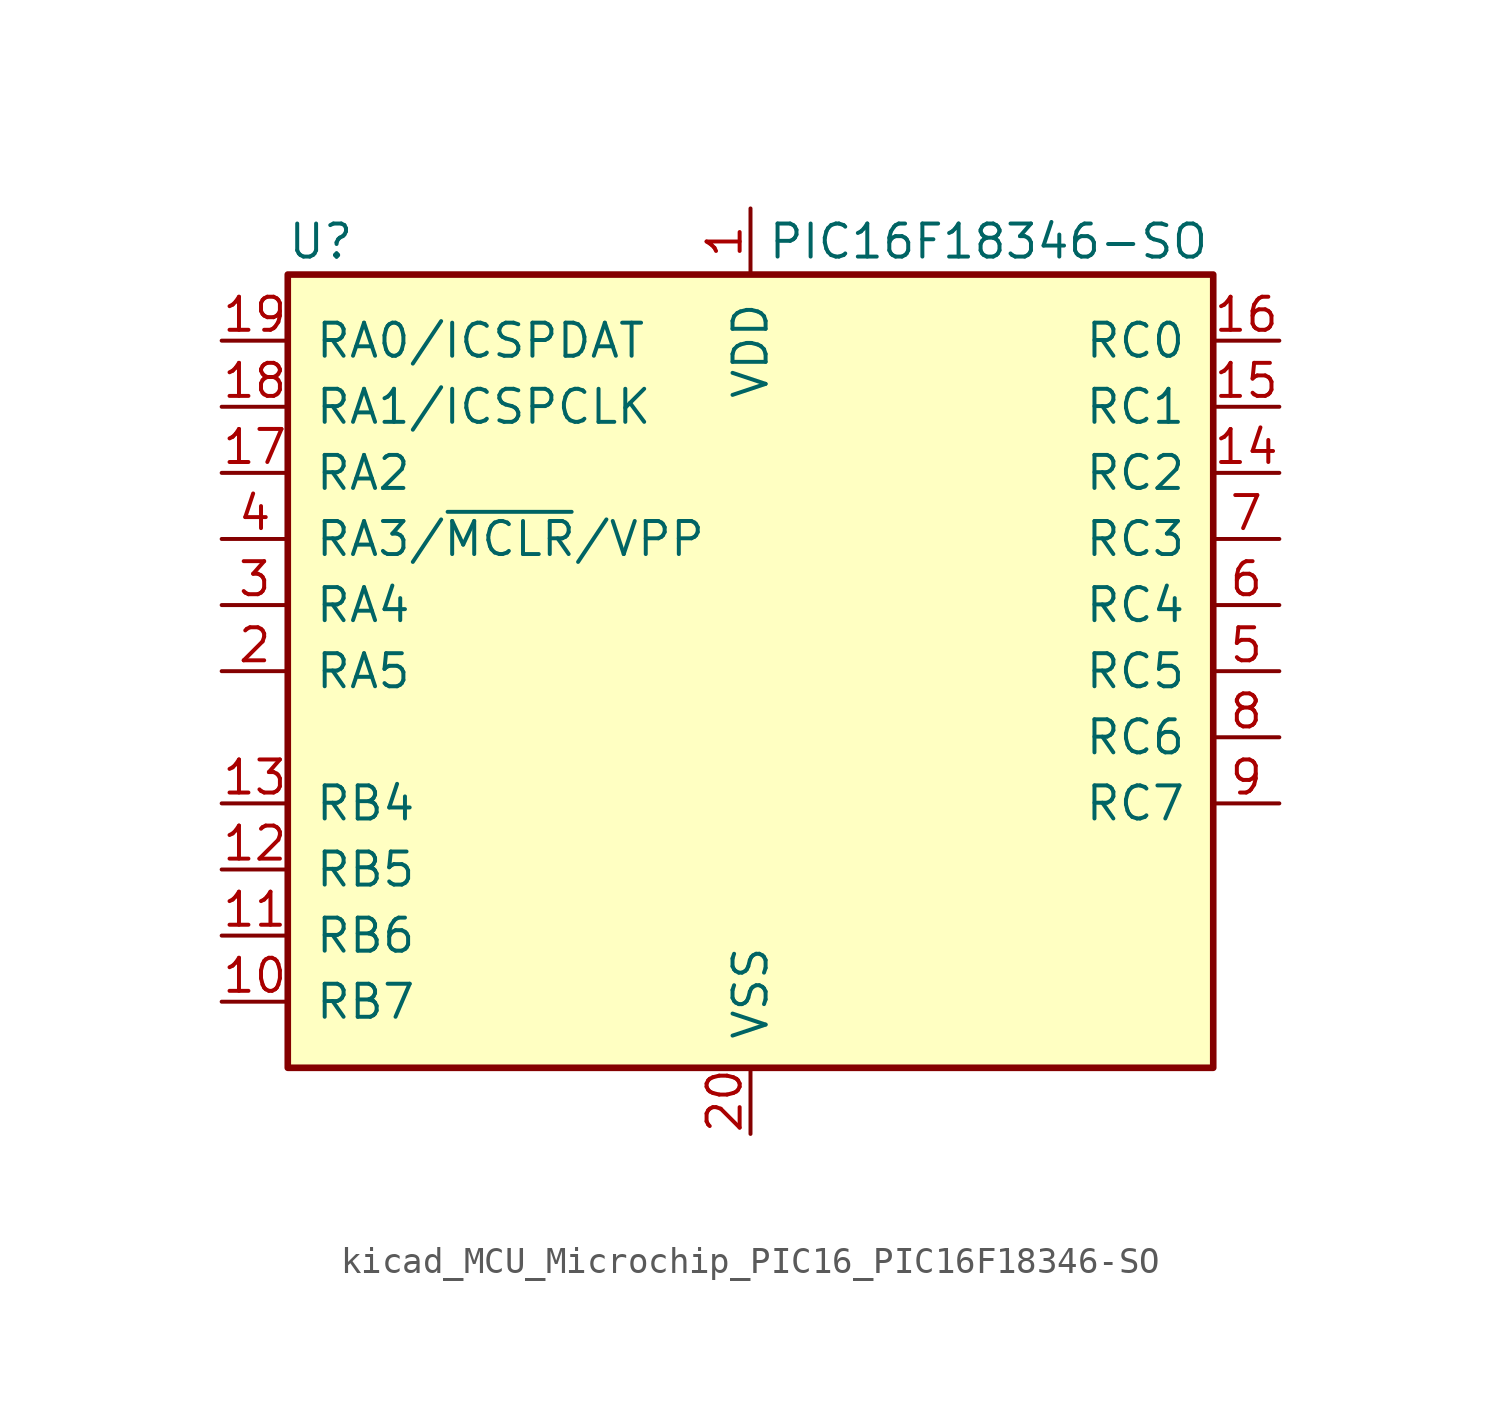
<source format=kicad_sym>
(kicad_symbol_lib
  (version 20220914)
  (generator kicad_symbol_editor)
  (symbol "kicad_MCU_Microchip_PIC16_PIC16F18346-SO"
    (pin_names
      (offset 1.016))
    (property "Reference" "U"
      (at -16.51 16.51 0)
      (effects (font (size 1.27 1.27))))
    (property "Value" "PIC16F18346-SO"
      (at 9.144 16.51 0)
      (effects (font (size 1.27 1.27))))
    (symbol "kicad_MCU_Microchip_PIC16_PIC16F18346-SO_0_1"
      (rectangle (start -17.78 15.24) (end 17.78 -15.24) (stroke (width 0.254) (type default)) (fill (type background))))
    (symbol "kicad_MCU_Microchip_PIC16_PIC16F18346-SO_1_1"
      (pin power_in line (at 0 17.78 270) (length 2.54) (name "VDD" (effects (font (size 1.27 1.27)))) (number "1" (effects (font (size 1.27 1.27)))))
      (pin bidirectional line (at -20.32 -12.7 0) (length 2.54) (name "RB7" (effects (font (size 1.27 1.27)))) (number "10" (effects (font (size 1.27 1.27)))))
      (pin bidirectional line (at -20.32 -10.16 0) (length 2.54) (name "RB6" (effects (font (size 1.27 1.27)))) (number "11" (effects (font (size 1.27 1.27)))))
      (pin bidirectional line (at -20.32 -7.62 0) (length 2.54) (name "RB5" (effects (font (size 1.27 1.27)))) (number "12" (effects (font (size 1.27 1.27)))))
      (pin bidirectional line (at -20.32 -5.08 0) (length 2.54) (name "RB4" (effects (font (size 1.27 1.27)))) (number "13" (effects (font (size 1.27 1.27)))))
      (pin bidirectional line (at 20.32 7.62 180) (length 2.54) (name "RC2" (effects (font (size 1.27 1.27)))) (number "14" (effects (font (size 1.27 1.27)))))
      (pin bidirectional line (at 20.32 10.16 180) (length 2.54) (name "RC1" (effects (font (size 1.27 1.27)))) (number "15" (effects (font (size 1.27 1.27)))))
      (pin bidirectional line (at 20.32 12.7 180) (length 2.54) (name "RC0" (effects (font (size 1.27 1.27)))) (number "16" (effects (font (size 1.27 1.27)))))
      (pin bidirectional line (at -20.32 7.62 0) (length 2.54) (name "RA2" (effects (font (size 1.27 1.27)))) (number "17" (effects (font (size 1.27 1.27)))))
      (pin bidirectional line (at -20.32 10.16 0) (length 2.54) (name "RA1/ICSPCLK" (effects (font (size 1.27 1.27)))) (number "18" (effects (font (size 1.27 1.27)))))
      (pin bidirectional line (at -20.32 12.7 0) (length 2.54) (name "RA0/ICSPDAT" (effects (font (size 1.27 1.27)))) (number "19" (effects (font (size 1.27 1.27)))))
      (pin bidirectional line (at -20.32 0 0) (length 2.54) (name "RA5" (effects (font (size 1.27 1.27)))) (number "2" (effects (font (size 1.27 1.27)))))
      (pin power_in line (at 0 -17.78 90) (length 2.54) (name "VSS" (effects (font (size 1.27 1.27)))) (number "20" (effects (font (size 1.27 1.27)))))
      (pin bidirectional line (at -20.32 2.54 0) (length 2.54) (name "RA4" (effects (font (size 1.27 1.27)))) (number "3" (effects (font (size 1.27 1.27)))))
      (pin bidirectional line (at -20.32 5.08 0) (length 2.54) (name "RA3/~{MCLR}/VPP" (effects (font (size 1.27 1.27)))) (number "4" (effects (font (size 1.27 1.27)))))
      (pin bidirectional line (at 20.32 0 180) (length 2.54) (name "RC5" (effects (font (size 1.27 1.27)))) (number "5" (effects (font (size 1.27 1.27)))))
      (pin bidirectional line (at 20.32 2.54 180) (length 2.54) (name "RC4" (effects (font (size 1.27 1.27)))) (number "6" (effects (font (size 1.27 1.27)))))
      (pin bidirectional line (at 20.32 5.08 180) (length 2.54) (name "RC3" (effects (font (size 1.27 1.27)))) (number "7" (effects (font (size 1.27 1.27)))))
      (pin bidirectional line (at 20.32 -2.54 180) (length 2.54) (name "RC6" (effects (font (size 1.27 1.27)))) (number "8" (effects (font (size 1.27 1.27)))))
      (pin bidirectional line (at 20.32 -5.08 180) (length 2.54) (name "RC7" (effects (font (size 1.27 1.27)))) (number "9" (effects (font (size 1.27 1.27))))))))
</source>
